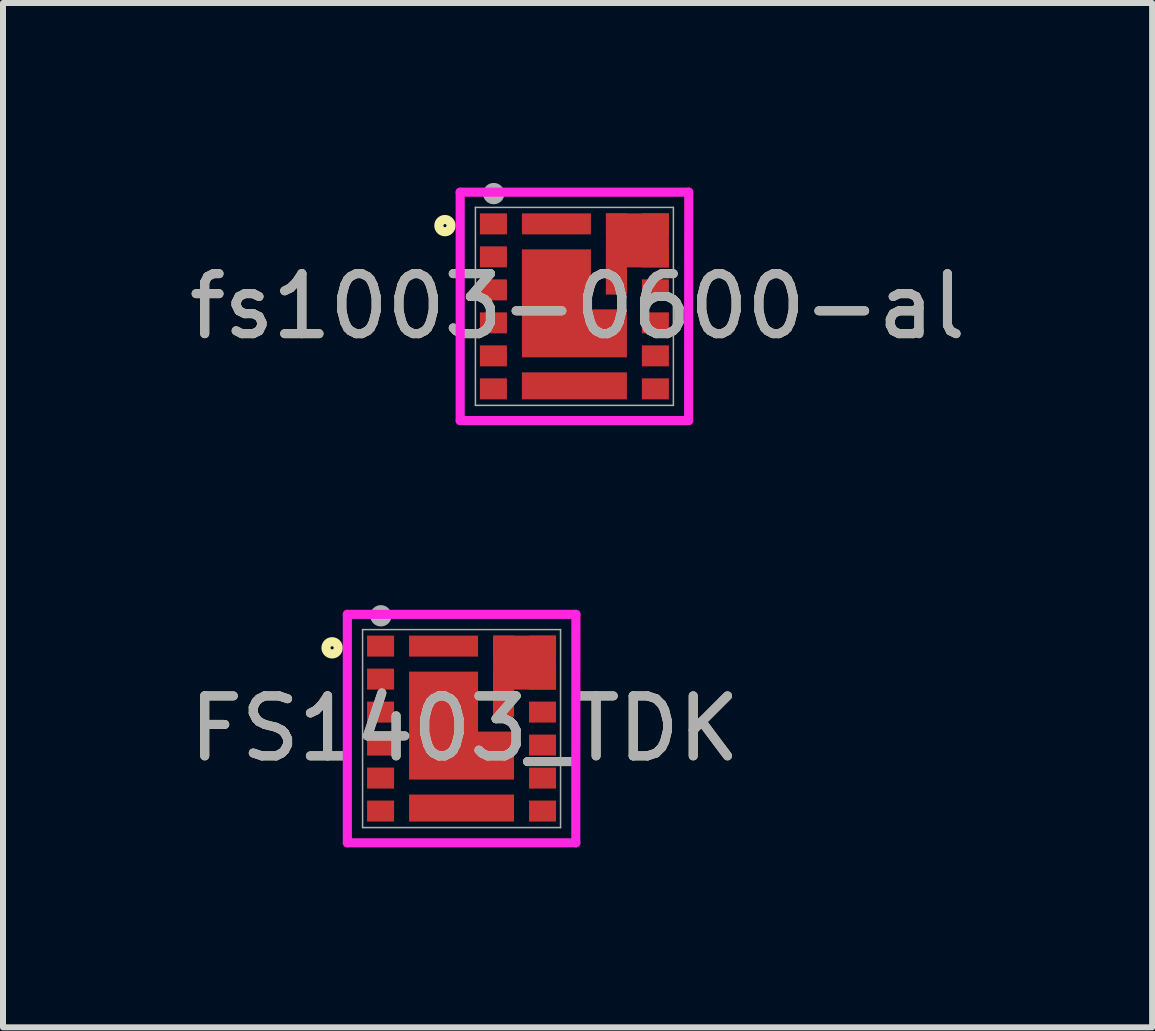
<source format=kicad_pcb>
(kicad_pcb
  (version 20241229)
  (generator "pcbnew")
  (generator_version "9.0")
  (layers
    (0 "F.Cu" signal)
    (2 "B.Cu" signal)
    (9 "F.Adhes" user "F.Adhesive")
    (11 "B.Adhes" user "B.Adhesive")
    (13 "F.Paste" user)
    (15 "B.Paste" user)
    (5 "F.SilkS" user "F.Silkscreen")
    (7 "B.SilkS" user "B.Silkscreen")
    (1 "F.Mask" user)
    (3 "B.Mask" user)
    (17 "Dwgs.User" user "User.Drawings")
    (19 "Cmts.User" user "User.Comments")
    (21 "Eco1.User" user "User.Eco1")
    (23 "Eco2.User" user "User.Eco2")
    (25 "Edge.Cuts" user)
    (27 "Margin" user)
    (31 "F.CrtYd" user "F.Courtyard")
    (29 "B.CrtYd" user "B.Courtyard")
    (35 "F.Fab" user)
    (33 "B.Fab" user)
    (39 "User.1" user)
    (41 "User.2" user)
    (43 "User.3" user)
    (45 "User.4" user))
  (footprint "fs1003-0600-al"
    (layer "F.Cu")
    (at 6.525 2.057)
    (property "Reference" "fs1003-0600-al" (at 0.052 0 0) (unlocked yes) (layer "F.SilkS") (effects (font (size 1 1) (thickness 0.15))))
    (attr smd)
    (fp_poly (pts (xy -0.875 -0.95) (xy 0.275 -0.95) (xy 0.275 0.05) (xy 0.875 0.05) (xy 0.875 0.85) (xy -0.875 0.85)) (stroke (width 0) (type solid)) (fill yes) (layer "F.Cu"))
    (fp_poly (pts (xy 0.525 -1.55) (xy 1.575 -1.55) (xy 1.575 -0.65) (xy 0.875 -0.65) (xy 0.875 -0.2) (xy 0.525 -0.2)) (stroke (width 0) (type solid)) (fill yes) (layer "F.Cu"))
    (fp_poly (pts (xy -1.65 -1.6) (xy -1.05 -1.6) (xy -1.05 -1.15) (xy -1.65 -1.15)) (stroke (width 0) (type solid)) (fill yes) (layer "F.Mask"))
    (fp_poly (pts (xy -1.65 -1.05) (xy -1.05 -1.05) (xy -1.05 -0.6) (xy -1.65 -0.6)) (stroke (width 0) (type solid)) (fill yes) (layer "F.Mask"))
    (fp_poly (pts (xy -1.65 -0.5) (xy -1.05 -0.5) (xy -1.05 -0.05) (xy -1.65 -0.05)) (stroke (width 0) (type solid)) (fill yes) (layer "F.Mask"))
    (fp_poly (pts (xy -1.65 0.05) (xy -1.05 0.05) (xy -1.05 0.5) (xy -1.65 0.5)) (stroke (width 0) (type solid)) (fill yes) (layer "F.Mask"))
    (fp_poly (pts (xy -1.65 0.6) (xy -1.05 0.6) (xy -1.05 1.05) (xy -1.65 1.05)) (stroke (width 0) (type solid)) (fill yes) (layer "F.Mask"))
    (fp_poly (pts (xy -1.65 1.15) (xy -1.05 1.15) (xy -1.05 1.6) (xy -1.65 1.6)) (stroke (width 0) (type solid)) (fill yes) (layer "F.Mask"))
    (fp_poly (pts (xy -0.95 -1.625) (xy 0.35 -1.625) (xy 0.35 -1.125) (xy -0.95 -1.125)) (stroke (width 0) (type solid)) (fill yes) (layer "F.Mask"))
    (fp_poly (pts (xy -0.95 1.025) (xy -0.95 1.625) (xy 0.95 1.625) (xy 0.95 1.025)) (stroke (width 0) (type solid)) (fill yes) (layer "F.Mask"))
    (fp_poly (pts (xy 1.05 -0.5) (xy 1.65 -0.5) (xy 1.65 -0.05) (xy 1.05 -0.05)) (stroke (width 0) (type solid)) (fill yes) (layer "F.Mask"))
    (fp_poly (pts (xy 1.05 0.05) (xy 1.65 0.05) (xy 1.65 0.5) (xy 1.05 0.5)) (stroke (width 0) (type solid)) (fill yes) (layer "F.Mask"))
    (fp_poly (pts (xy 1.05 0.6) (xy 1.65 0.6) (xy 1.65 1.05) (xy 1.05 1.05)) (stroke (width 0) (type solid)) (fill yes) (layer "F.Mask"))
    (fp_poly (pts (xy 1.05 1.15) (xy 1.65 1.15) (xy 1.65 1.6) (xy 1.05 1.6)) (stroke (width 0) (type solid)) (fill yes) (layer "F.Mask"))
    (fp_poly (pts (xy -0.95 -1.025) (xy -0.95 0.925) (xy 0.95 0.925) (xy 0.95 -0.025) (xy 0.35 -0.025) (xy 0.35 -1.025)) (stroke (width 0) (type solid)) (fill yes) (layer "F.Mask"))
    (fp_poly (pts (xy 0.45 -1.625) (xy 1.65 -1.625) (xy 1.65 -0.6) (xy 0.95 -0.6) (xy 0.95 -0.125) (xy 0.45 -0.125)) (stroke (width 0) (type solid)) (fill yes) (layer "F.Mask"))
    (fp_circle (center -2.158 -1.346) (end -2.056 -1.346) (stroke (width 0.152) (type solid)) (fill no) (layer "F.SilkS"))
    (fp_poly (pts (xy -0.795 1.15) (xy -0.075 1.15) (xy -0.075 1.5) (xy -0.795 1.5)) (stroke (width 0) (type solid)) (fill yes) (layer "F.Paste"))
    (fp_poly (pts (xy -0.76 0.175) (xy -0.11 0.175) (xy -0.11 0.725) (xy -0.76 0.725)) (stroke (width 0) (type solid)) (fill yes) (layer "F.Paste"))
    (fp_poly (pts (xy -0.725 -0.8) (xy 0.125 -0.8) (xy 0.125 -0.15) (xy -0.725 -0.15)) (stroke (width 0) (type solid)) (fill yes) (layer "F.Paste"))
    (fp_poly (pts (xy 0.075 1.15) (xy 0.795 1.15) (xy 0.795 1.5) (xy 0.075 1.5)) (stroke (width 0) (type solid)) (fill yes) (layer "F.Paste"))
    (fp_poly (pts (xy 0.11 0.725) (xy 0.76 0.725) (xy 0.76 0.175) (xy 0.11 0.175)) (stroke (width 0) (type solid)) (fill yes) (layer "F.Paste"))
    (fp_poly (pts (xy 0.85 -1.525) (xy 0.55 -1.525) (xy 0.55 -0.225) (xy 0.85 -0.225)) (stroke (width 0) (type solid)) (fill yes) (layer "F.Paste"))
    (fp_line (start -1.904 -1.904) (end -1.904 1.904) (stroke (width 0.152) (type solid)) (layer "F.CrtYd"))
    (fp_line (start -1.904 1.904) (end 1.904 1.904) (stroke (width 0.152) (type solid)) (layer "F.CrtYd"))
    (fp_line (start 1.904 1.904) (end 1.906 -1.904) (stroke (width 0.152) (type solid)) (layer "F.CrtYd"))
    (fp_line (start 1.906 -1.904) (end -1.904 -1.904) (stroke (width 0.152) (type solid)) (layer "F.CrtYd"))
    (fp_line (start -1.65 -1.65) (end -1.65 1.65) (stroke (width 0.025) (type solid)) (layer "F.Fab"))
    (fp_line (start -1.65 1.65) (end 1.65 1.65) (stroke (width 0.025) (type solid)) (layer "F.Fab"))
    (fp_line (start 1.65 -1.65) (end -1.65 -1.65) (stroke (width 0.025) (type solid)) (layer "F.Fab"))
    (fp_line (start 1.65 1.65) (end 1.65 -1.65) (stroke (width 0.025) (type solid)) (layer "F.Fab"))
    (fp_circle (center -1.345 -1.88) (end -1.243 -1.88) (stroke (width 0.152) (type solid)) (fill no) (layer "F.Fab"))
    (fp_text user "${REFERENCE}" (at 0.052 0 0) (unlocked yes) (layer "F.Fab") (effects (font (size 1 1) (thickness 0.15))))
    (pad "1" smd rect (at -1.35 -1.375) (size 0.45 0.35) (layers "F.Cu" "F.Paste"))
    (pad "2" smd rect (at -1.35 -0.825) (size 0.45 0.35) (layers "F.Cu" "F.Paste"))
    (pad "3" smd rect (at -1.35 -0.275) (size 0.45 0.35) (layers "F.Cu" "F.Paste"))
    (pad "4" smd rect (at -1.35 0.275) (size 0.45 0.35) (layers "F.Cu" "F.Paste"))
    (pad "5" smd rect (at -1.35 0.825) (size 0.45 0.35) (layers "F.Cu" "F.Paste"))
    (pad "6" smd rect (at -1.35 1.375) (size 0.45 0.35) (layers "F.Cu" "F.Paste"))
    (pad "7" smd rect (at 0 1.325) (size 1.75 0.45) (layers "F.Cu"))
    (pad "8" smd rect (at 1.35 1.375) (size 0.45 0.35) (layers "F.Cu" "F.Paste"))
    (pad "9" smd rect (at 1.35 0.825) (size 0.45 0.35) (layers "F.Cu" "F.Paste"))
    (pad "10" smd rect (at 1.35 0.275) (size 0.45 0.35) (layers "F.Cu" "F.Paste"))
    (pad "11" smd rect (at 1.35 -0.275) (size 0.45 0.35) (layers "F.Cu" "F.Paste"))
    (pad "12" smd rect (at 1.35 -0.825) (size 0.45 0.35) (layers "F.Cu" "F.Paste"))
    (pad "13" smd rect (at 1.35 -1.375) (size 0.45 0.35) (layers "F.Cu" "F.Paste"))
    (pad "14" smd rect (at 0.7 -1.375) (size 0.35 0.35) (layers "F.Cu"))
    (pad "15" smd rect (at -0.3 -1.375) (size 1.15 0.35) (layers "F.Cu" "F.Paste"))
    (pad "16" smd rect (at -0.3 -0.475) (size 0.127 0.127) (layers "F.Cu" "F.Mask" "F.Paste"))
    (pad "17" smd rect (at 0.7 -0.594) (size 0.35 0.787) (layers "F.Cu")))
  (footprint "FS1403_TDK"
    (layer "F.Cu")
    (at 4.644 9.095)
    (property "Reference" "FS1403_TDK" (at 0.052 0 0) (unlocked yes) (layer "F.SilkS") (effects (font (size 1 1) (thickness 0.15))))
    (attr smd)
    (fp_poly (pts (xy -0.875 -0.95) (xy 0.275 -0.95) (xy 0.275 0.05) (xy 0.875 0.05) (xy 0.875 0.85) (xy -0.875 0.85)) (stroke (width 0) (type solid)) (fill yes) (layer "F.Cu"))
    (fp_poly (pts (xy 0.525 -1.55) (xy 1.575 -1.55) (xy 1.575 -0.65) (xy 0.875 -0.65) (xy 0.875 -0.2) (xy 0.525 -0.2)) (stroke (width 0) (type solid)) (fill yes) (layer "F.Cu"))
    (fp_poly (pts (xy -1.65 -1.6) (xy -1.05 -1.6) (xy -1.05 -1.15) (xy -1.65 -1.15)) (stroke (width 0) (type solid)) (fill yes) (layer "F.Mask"))
    (fp_poly (pts (xy -1.65 -1.05) (xy -1.05 -1.05) (xy -1.05 -0.6) (xy -1.65 -0.6)) (stroke (width 0) (type solid)) (fill yes) (layer "F.Mask"))
    (fp_poly (pts (xy -1.65 -0.5) (xy -1.05 -0.5) (xy -1.05 -0.05) (xy -1.65 -0.05)) (stroke (width 0) (type solid)) (fill yes) (layer "F.Mask"))
    (fp_poly (pts (xy -1.65 0.05) (xy -1.05 0.05) (xy -1.05 0.5) (xy -1.65 0.5)) (stroke (width 0) (type solid)) (fill yes) (layer "F.Mask"))
    (fp_poly (pts (xy -1.65 0.6) (xy -1.05 0.6) (xy -1.05 1.05) (xy -1.65 1.05)) (stroke (width 0) (type solid)) (fill yes) (layer "F.Mask"))
    (fp_poly (pts (xy -1.65 1.15) (xy -1.05 1.15) (xy -1.05 1.6) (xy -1.65 1.6)) (stroke (width 0) (type solid)) (fill yes) (layer "F.Mask"))
    (fp_poly (pts (xy -0.95 -1.625) (xy 0.35 -1.625) (xy 0.35 -1.125) (xy -0.95 -1.125)) (stroke (width 0) (type solid)) (fill yes) (layer "F.Mask"))
    (fp_poly (pts (xy -0.95 1.025) (xy -0.95 1.625) (xy 0.95 1.625) (xy 0.95 1.025)) (stroke (width 0) (type solid)) (fill yes) (layer "F.Mask"))
    (fp_poly (pts (xy 1.05 -0.5) (xy 1.65 -0.5) (xy 1.65 -0.05) (xy 1.05 -0.05)) (stroke (width 0) (type solid)) (fill yes) (layer "F.Mask"))
    (fp_poly (pts (xy 1.05 0.05) (xy 1.65 0.05) (xy 1.65 0.5) (xy 1.05 0.5)) (stroke (width 0) (type solid)) (fill yes) (layer "F.Mask"))
    (fp_poly (pts (xy 1.05 0.6) (xy 1.65 0.6) (xy 1.65 1.05) (xy 1.05 1.05)) (stroke (width 0) (type solid)) (fill yes) (layer "F.Mask"))
    (fp_poly (pts (xy 1.05 1.15) (xy 1.65 1.15) (xy 1.65 1.6) (xy 1.05 1.6)) (stroke (width 0) (type solid)) (fill yes) (layer "F.Mask"))
    (fp_poly (pts (xy -0.95 -1.025) (xy -0.95 0.925) (xy 0.95 0.925) (xy 0.95 -0.025) (xy 0.35 -0.025) (xy 0.35 -1.025)) (stroke (width 0) (type solid)) (fill yes) (layer "F.Mask"))
    (fp_poly (pts (xy 0.45 -1.625) (xy 1.65 -1.625) (xy 1.65 -0.6) (xy 0.95 -0.6) (xy 0.95 -0.125) (xy 0.45 -0.125)) (stroke (width 0) (type solid)) (fill yes) (layer "F.Mask"))
    (fp_circle (center -2.158 -1.346) (end -2.056 -1.346) (stroke (width 0.152) (type solid)) (fill no) (layer "F.SilkS"))
    (fp_poly (pts (xy -0.795 1.15) (xy -0.075 1.15) (xy -0.075 1.5) (xy -0.795 1.5)) (stroke (width 0) (type solid)) (fill yes) (layer "F.Paste"))
    (fp_poly (pts (xy -0.76 0.175) (xy -0.11 0.175) (xy -0.11 0.725) (xy -0.76 0.725)) (stroke (width 0) (type solid)) (fill yes) (layer "F.Paste"))
    (fp_poly (pts (xy -0.725 -0.8) (xy 0.125 -0.8) (xy 0.125 -0.15) (xy -0.725 -0.15)) (stroke (width 0) (type solid)) (fill yes) (layer "F.Paste"))
    (fp_poly (pts (xy 0.075 1.15) (xy 0.795 1.15) (xy 0.795 1.5) (xy 0.075 1.5)) (stroke (width 0) (type solid)) (fill yes) (layer "F.Paste"))
    (fp_poly (pts (xy 0.11 0.725) (xy 0.76 0.725) (xy 0.76 0.175) (xy 0.11 0.175)) (stroke (width 0) (type solid)) (fill yes) (layer "F.Paste"))
    (fp_poly (pts (xy 0.85 -1.525) (xy 0.55 -1.525) (xy 0.55 -0.225) (xy 0.85 -0.225)) (stroke (width 0) (type solid)) (fill yes) (layer "F.Paste"))
    (fp_line (start -1.904 -1.904) (end -1.904 1.904) (stroke (width 0.152) (type solid)) (layer "F.CrtYd"))
    (fp_line (start -1.904 1.904) (end 1.904 1.904) (stroke (width 0.152) (type solid)) (layer "F.CrtYd"))
    (fp_line (start 1.904 1.904) (end 1.906 -1.904) (stroke (width 0.152) (type solid)) (layer "F.CrtYd"))
    (fp_line (start 1.906 -1.904) (end -1.904 -1.904) (stroke (width 0.152) (type solid)) (layer "F.CrtYd"))
    (fp_line (start -1.65 -1.65) (end -1.65 1.65) (stroke (width 0.025) (type solid)) (layer "F.Fab"))
    (fp_line (start -1.65 1.65) (end 1.65 1.65) (stroke (width 0.025) (type solid)) (layer "F.Fab"))
    (fp_line (start 1.65 -1.65) (end -1.65 -1.65) (stroke (width 0.025) (type solid)) (layer "F.Fab"))
    (fp_line (start 1.65 1.65) (end 1.65 -1.65) (stroke (width 0.025) (type solid)) (layer "F.Fab"))
    (fp_circle (center -1.345 -1.88) (end -1.243 -1.88) (stroke (width 0.152) (type solid)) (fill no) (layer "F.Fab"))
    (fp_text user "${REFERENCE}" (at 0.052 0 0) (unlocked yes) (layer "F.Fab") (effects (font (size 1 1) (thickness 0.15))))
    (pad "1" smd rect (at -1.35 -1.375) (size 0.45 0.35) (layers "F.Cu" "F.Paste"))
    (pad "2" smd rect (at -1.35 -0.825) (size 0.45 0.35) (layers "F.Cu" "F.Paste"))
    (pad "3" smd rect (at -1.35 -0.275) (size 0.45 0.35) (layers "F.Cu" "F.Paste"))
    (pad "4" smd rect (at -1.35 0.275) (size 0.45 0.35) (layers "F.Cu" "F.Paste"))
    (pad "5" smd rect (at -1.35 0.825) (size 0.45 0.35) (layers "F.Cu" "F.Paste"))
    (pad "6" smd rect (at -1.35 1.375) (size 0.45 0.35) (layers "F.Cu" "F.Paste"))
    (pad "7" smd rect (at 0 1.325) (size 1.75 0.45) (layers "F.Cu"))
    (pad "8" smd rect (at 1.35 1.375) (size 0.45 0.35) (layers "F.Cu" "F.Paste"))
    (pad "9" smd rect (at 1.35 0.825) (size 0.45 0.35) (layers "F.Cu" "F.Paste"))
    (pad "10" smd rect (at 1.35 0.275) (size 0.45 0.35) (layers "F.Cu" "F.Paste"))
    (pad "11" smd rect (at 1.35 -0.275) (size 0.45 0.35) (layers "F.Cu" "F.Paste"))
    (pad "12" smd rect (at 1.35 -0.825) (size 0.45 0.35) (layers "F.Cu" "F.Paste"))
    (pad "13" smd rect (at 1.35 -1.375) (size 0.45 0.35) (layers "F.Cu" "F.Paste"))
    (pad "14" smd rect (at 0.7 -1.375) (size 0.35 0.35) (layers "F.Cu"))
    (pad "15" smd rect (at -0.3 -1.375) (size 1.15 0.35) (layers "F.Cu" "F.Paste"))
    (pad "16" smd rect (at -0.3 -0.475) (size 0.127 0.127) (layers "F.Cu" "F.Mask" "F.Paste"))
    (pad "17" smd rect (at 0.7 -0.594) (size 0.35 0.787) (layers "F.Cu")))
  (gr_rect
    (start -3 -3)
    (end 16.155 14.075)
    (stroke (width 0.1) (type default))
    (fill no)
    (layer "Edge.Cuts")))
</source>
